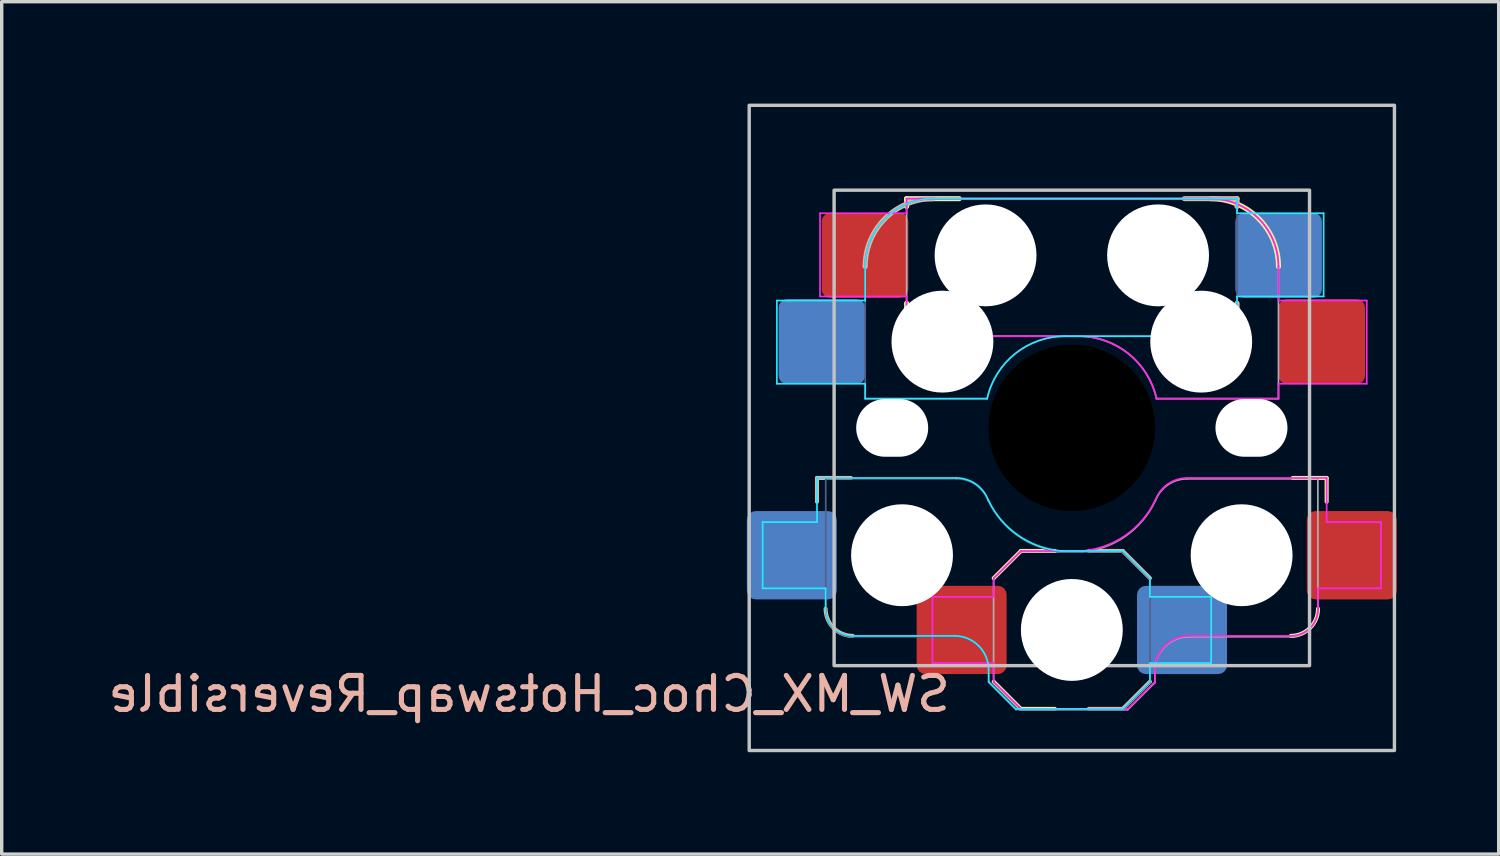
<source format=kicad_pcb>
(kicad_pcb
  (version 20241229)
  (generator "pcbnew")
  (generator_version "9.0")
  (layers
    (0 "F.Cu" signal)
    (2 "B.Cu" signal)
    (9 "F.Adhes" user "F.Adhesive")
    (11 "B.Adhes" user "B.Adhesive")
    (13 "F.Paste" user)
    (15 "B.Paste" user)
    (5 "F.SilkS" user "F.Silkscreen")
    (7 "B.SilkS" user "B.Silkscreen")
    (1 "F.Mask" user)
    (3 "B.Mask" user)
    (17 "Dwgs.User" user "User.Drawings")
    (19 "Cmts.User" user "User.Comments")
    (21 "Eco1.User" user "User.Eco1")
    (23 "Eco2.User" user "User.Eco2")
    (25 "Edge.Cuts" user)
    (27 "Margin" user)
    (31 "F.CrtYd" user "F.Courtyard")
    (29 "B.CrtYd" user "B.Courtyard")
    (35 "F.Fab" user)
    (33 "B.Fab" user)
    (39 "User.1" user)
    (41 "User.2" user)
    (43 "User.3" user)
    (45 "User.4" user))
  (footprint "SW_MX_Choc_Hotswap_Reversible"
    (layer "F.Cu")
    (at 28.512 9.55)
    (property "Reference" "SW_MX_Choc_Hotswap_Reversible" (at -3.5 7.25 0) (unlocked yes) (layer "B.SilkS") (effects (font (size 1 1) (thickness 0.15)) (justify left top mirror)))
    (fp_line (start -4.865 -6.75) (end -4.865 -6.52) (stroke (width 0.15) (type solid)) (layer "F.SilkS"))
    (fp_line (start -4.865 -3.67) (end -4.865 -3.2) (stroke (width 0.15) (type solid)) (layer "F.SilkS"))
    (fp_line (start -3.315 -6.75) (end -4.865 -6.75) (stroke (width 0.15) (type solid)) (layer "F.SilkS"))
    (fp_line (start -2.815 -2.7) (end -4.365 -2.7) (stroke (width 0.15) (type solid)) (layer "F.SilkS"))
    (fp_line (start -2.3 7.475) (end -1.5 8.275) (stroke (width 0.12) (type solid)) (layer "F.SilkS"))
    (fp_line (start -1.5 3.625) (end -2.3 4.425) (stroke (width 0.12) (type solid)) (layer "F.SilkS"))
    (fp_line (start -1.5 3.625) (end -0.5 3.625) (stroke (width 0.12) (type solid)) (layer "F.SilkS"))
    (fp_line (start -1.5 8.275) (end -0.5 8.275) (stroke (width 0.12) (type solid)) (layer "F.SilkS"))
    (fp_line (start 7.504 1.475) (end 6.504 1.475) (stroke (width 0.12) (type solid)) (layer "F.SilkS"))
    (fp_line (start 7.504 1.475) (end 7.504 2.175) (stroke (width 0.12) (type solid)) (layer "F.SilkS"))
    (fp_arc (start -4.364824 -2.70022) (mid -4.718396 -2.84665) (end -4.864824 -3.20022) (stroke (width 0.15) (type solid)) (layer "F.SilkS"))
    (fp_arc (start 4.085176 -6.75022) (mid 5.499375 -6.164419) (end 6.085176 -4.75022) (stroke (width 0.15) (type solid)) (layer "F.SilkS"))
    (fp_arc (start 7.25 5.325) (mid 7.015685 5.890685) (end 6.45 6.125) (stroke (width 0.12) (type solid)) (layer "F.SilkS"))
    (fp_line (start -7.504 1.475) (end -7.504 2.175) (stroke (width 0.12) (type solid)) (layer "B.SilkS"))
    (fp_line (start -7.504 1.475) (end -6.504 1.475) (stroke (width 0.12) (type solid)) (layer "B.SilkS"))
    (fp_line (start 1.5 3.625) (end 0.5 3.625) (stroke (width 0.12) (type solid)) (layer "B.SilkS"))
    (fp_line (start 1.5 3.625) (end 2.3 4.425) (stroke (width 0.12) (type solid)) (layer "B.SilkS"))
    (fp_line (start 1.5 8.275) (end 0.5 8.275) (stroke (width 0.12) (type solid)) (layer "B.SilkS"))
    (fp_line (start 2.3 7.475) (end 1.5 8.275) (stroke (width 0.12) (type solid)) (layer "B.SilkS"))
    (fp_line (start 2.815 -2.7) (end 4.365 -2.7) (stroke (width 0.15) (type solid)) (layer "B.SilkS"))
    (fp_line (start 3.315 -6.75) (end 4.865 -6.75) (stroke (width 0.15) (type solid)) (layer "B.SilkS"))
    (fp_line (start 4.865 -6.75) (end 4.865 -6.52) (stroke (width 0.15) (type solid)) (layer "B.SilkS"))
    (fp_line (start 4.865 -3.67) (end 4.865 -3.2) (stroke (width 0.15) (type solid)) (layer "B.SilkS"))
    (fp_arc (start -6.45 6.125) (mid -7.015685 5.890685) (end -7.25 5.325) (stroke (width 0.12) (type solid)) (layer "B.SilkS"))
    (fp_arc (start -6.085176 -4.75022) (mid -5.499381 -6.164412) (end -4.085176 -6.75022) (stroke (width 0.15) (type solid)) (layer "B.SilkS"))
    (fp_arc (start 4.864824 -3.20022) (mid 4.718386 -2.846645) (end 4.364824 -2.70022) (stroke (width 0.15) (type solid)) (layer "B.SilkS"))
    (fp_rect (start -9.5 -9.5) (end 9.5 9.5) (stroke (width 0.1) (type default)) (fill no) (layer "Dwgs.User"))
    (fp_rect (start -7 -7) (end 7 7) (stroke (width 0.1) (type solid)) (fill no) (layer "Dwgs.User"))
    (fp_line (start -9.104 2.775) (end -7.504 2.775) (stroke (width 0.05) (type solid)) (layer "B.CrtYd"))
    (fp_line (start -9.104 4.725) (end -9.104 2.775) (stroke (width 0.05) (type solid)) (layer "B.CrtYd"))
    (fp_line (start -8.685 -3.75) (end -8.685 -1.3) (stroke (width 0.05) (type solid)) (layer "B.CrtYd"))
    (fp_line (start -8.685 -1.3) (end -6.085 -1.3) (stroke (width 0.05) (type solid)) (layer "B.CrtYd"))
    (fp_line (start -7.504 1.475) (end -7.504 2.175) (stroke (width 0.05) (type solid)) (layer "B.CrtYd"))
    (fp_line (start -7.504 1.475) (end -3.4 1.475) (stroke (width 0.05) (type solid)) (layer "B.CrtYd"))
    (fp_line (start -7.504 2.175) (end -7.504 2.775) (stroke (width 0.05) (type solid)) (layer "B.CrtYd"))
    (fp_line (start -7.25 4.725) (end -9.104 4.725) (stroke (width 0.05) (type solid)) (layer "B.CrtYd"))
    (fp_line (start -7.25 5.325) (end -7.25 4.725) (stroke (width 0.05) (type solid)) (layer "B.CrtYd"))
    (fp_line (start -6.085 -3.75) (end -8.685 -3.75) (stroke (width 0.05) (type solid)) (layer "B.CrtYd"))
    (fp_line (start -6.085 -3.75) (end -6.085 -4.75) (stroke (width 0.05) (type solid)) (layer "B.CrtYd"))
    (fp_line (start -6.085 -1.3) (end -6.085 -0.86) (stroke (width 0.05) (type solid)) (layer "B.CrtYd"))
    (fp_line (start -6.085 -0.86) (end -2.494 -0.86) (stroke (width 0.05) (type solid)) (layer "B.CrtYd"))
    (fp_line (start -4.085 -6.75) (end 4.865 -6.75) (stroke (width 0.05) (type solid)) (layer "B.CrtYd"))
    (fp_line (start -3.45 6.125) (end -6.45 6.125) (stroke (width 0.05) (type solid)) (layer "B.CrtYd"))
    (fp_line (start -2.45 7.475) (end -2.45 7.125) (stroke (width 0.05) (type solid)) (layer "B.CrtYd"))
    (fp_line (start -2.45 7.475) (end -1.65 8.275) (stroke (width 0.05) (type solid)) (layer "B.CrtYd"))
    (fp_line (start 1.5 3.625) (end -0.3 3.625) (stroke (width 0.05) (type solid)) (layer "B.CrtYd"))
    (fp_line (start 1.5 3.625) (end 2.3 4.425) (stroke (width 0.05) (type solid)) (layer "B.CrtYd"))
    (fp_line (start 1.5 8.275) (end -1.65 8.275) (stroke (width 0.05) (type solid)) (layer "B.CrtYd"))
    (fp_line (start 2.3 4.975) (end 2.3 4.425) (stroke (width 0.05) (type solid)) (layer "B.CrtYd"))
    (fp_line (start 2.3 7.475) (end 1.5 8.275) (stroke (width 0.05) (type solid)) (layer "B.CrtYd"))
    (fp_line (start 2.3 7.475) (end 2.3 6.925) (stroke (width 0.05) (type solid)) (layer "B.CrtYd"))
    (fp_line (start 4.104 4.975) (end 2.3 4.975) (stroke (width 0.05) (type solid)) (layer "B.CrtYd"))
    (fp_line (start 4.104 4.975) (end 4.104 6.925) (stroke (width 0.05) (type solid)) (layer "B.CrtYd"))
    (fp_line (start 4.104 6.925) (end 2.3 6.925) (stroke (width 0.05) (type solid)) (layer "B.CrtYd"))
    (fp_line (start 4.865 -6.75) (end 4.865 -6.32) (stroke (width 0.05) (type solid)) (layer "B.CrtYd"))
    (fp_line (start 4.865 -3.87) (end 4.865 -2.7) (stroke (width 0.05) (type solid)) (layer "B.CrtYd"))
    (fp_line (start 4.865 -3.87) (end 7.415 -3.87) (stroke (width 0.05) (type solid)) (layer "B.CrtYd"))
    (fp_line (start 4.865 -2.7) (end -0.2 -2.7) (stroke (width 0.05) (type solid)) (layer "B.CrtYd"))
    (fp_line (start 7.415 -6.32) (end 4.865 -6.32) (stroke (width 0.05) (type solid)) (layer "B.CrtYd"))
    (fp_line (start 7.415 -3.87) (end 7.415 -6.32) (stroke (width 0.05) (type solid)) (layer "B.CrtYd"))
    (fp_arc (start -6.45 6.125) (mid -7.015685 5.890685) (end -7.25 5.325) (stroke (width 0.05) (type solid)) (layer "B.CrtYd"))
    (fp_arc (start -6.085176 -4.75022) (mid -5.49939 -6.164434) (end -4.085176 -6.75022) (stroke (width 0.05) (type solid)) (layer "B.CrtYd"))
    (fp_arc (start -3.45 6.125) (mid -2.742893 6.417893) (end -2.45 7.125) (stroke (width 0.05) (type solid)) (layer "B.CrtYd"))
    (fp_arc (start -3.4 1.475) (mid -2.826423 1.655848) (end -2.460307 2.13298) (stroke (width 0.05) (type solid)) (layer "B.CrtYd"))
    (fp_arc (start -2.494322 -0.86022) (mid -1.670503 -2.183402) (end -0.2 -2.70022) (stroke (width 0.05) (type solid)) (layer "B.CrtYd"))
    (fp_arc (start -0.299999 3.624999) (mid -1.577272 3.167235) (end -2.455444 2.13293) (stroke (width 0.05) (type solid)) (layer "B.CrtYd"))
    (fp_line (start -7.415 -6.32) (end -4.865 -6.32) (stroke (width 0.05) (type solid)) (layer "F.CrtYd"))
    (fp_line (start -7.415 -3.87) (end -7.415 -6.32) (stroke (width 0.05) (type solid)) (layer "F.CrtYd"))
    (fp_line (start -4.865 -6.75) (end -4.865 -6.32) (stroke (width 0.05) (type solid)) (layer "F.CrtYd"))
    (fp_line (start -4.865 -3.87) (end -7.415 -3.87) (stroke (width 0.05) (type solid)) (layer "F.CrtYd"))
    (fp_line (start -4.865 -3.87) (end -4.865 -2.7) (stroke (width 0.05) (type solid)) (layer "F.CrtYd"))
    (fp_line (start -4.865 -2.7) (end 0.2 -2.7) (stroke (width 0.05) (type solid)) (layer "F.CrtYd"))
    (fp_line (start -4.104 4.975) (end -4.104 6.925) (stroke (width 0.05) (type solid)) (layer "F.CrtYd"))
    (fp_line (start -4.104 4.975) (end -2.3 4.975) (stroke (width 0.05) (type solid)) (layer "F.CrtYd"))
    (fp_line (start -4.104 6.925) (end -2.3 6.925) (stroke (width 0.05) (type solid)) (layer "F.CrtYd"))
    (fp_line (start -2.3 4.975) (end -2.3 4.425) (stroke (width 0.05) (type solid)) (layer "F.CrtYd"))
    (fp_line (start -2.3 7.475) (end -2.3 6.925) (stroke (width 0.05) (type solid)) (layer "F.CrtYd"))
    (fp_line (start -2.3 7.475) (end -1.5 8.275) (stroke (width 0.05) (type solid)) (layer "F.CrtYd"))
    (fp_line (start -1.5 3.625) (end -2.3 4.425) (stroke (width 0.05) (type solid)) (layer "F.CrtYd"))
    (fp_line (start -1.5 3.625) (end 0.3 3.625) (stroke (width 0.05) (type solid)) (layer "F.CrtYd"))
    (fp_line (start -1.5 8.275) (end 1.65 8.275) (stroke (width 0.05) (type solid)) (layer "F.CrtYd"))
    (fp_line (start 2.45 7.475) (end 1.65 8.275) (stroke (width 0.05) (type solid)) (layer "F.CrtYd"))
    (fp_line (start 2.45 7.475) (end 2.45 7.125) (stroke (width 0.05) (type solid)) (layer "F.CrtYd"))
    (fp_line (start 3.45 6.125) (end 6.45 6.125) (stroke (width 0.05) (type solid)) (layer "F.CrtYd"))
    (fp_line (start 4.085 -6.75) (end -4.865 -6.75) (stroke (width 0.05) (type solid)) (layer "F.CrtYd"))
    (fp_line (start 6.085 -3.75) (end 6.085 -4.75) (stroke (width 0.05) (type solid)) (layer "F.CrtYd"))
    (fp_line (start 6.085 -3.75) (end 8.685 -3.75) (stroke (width 0.05) (type solid)) (layer "F.CrtYd"))
    (fp_line (start 6.085 -1.3) (end 6.085 -0.86) (stroke (width 0.05) (type solid)) (layer "F.CrtYd"))
    (fp_line (start 6.085 -0.86) (end 2.494 -0.86) (stroke (width 0.05) (type solid)) (layer "F.CrtYd"))
    (fp_line (start 7.25 4.725) (end 9.104 4.725) (stroke (width 0.05) (type solid)) (layer "F.CrtYd"))
    (fp_line (start 7.25 5.325) (end 7.25 4.725) (stroke (width 0.05) (type solid)) (layer "F.CrtYd"))
    (fp_line (start 7.504 1.475) (end 3.4 1.475) (stroke (width 0.05) (type solid)) (layer "F.CrtYd"))
    (fp_line (start 7.504 1.475) (end 7.504 2.175) (stroke (width 0.05) (type solid)) (layer "F.CrtYd"))
    (fp_line (start 7.504 2.175) (end 7.504 2.775) (stroke (width 0.05) (type solid)) (layer "F.CrtYd"))
    (fp_line (start 8.685 -3.75) (end 8.685 -1.3) (stroke (width 0.05) (type solid)) (layer "F.CrtYd"))
    (fp_line (start 8.685 -1.3) (end 6.085 -1.3) (stroke (width 0.05) (type solid)) (layer "F.CrtYd"))
    (fp_line (start 9.104 2.775) (end 7.504 2.775) (stroke (width 0.05) (type solid)) (layer "F.CrtYd"))
    (fp_line (start 9.104 4.725) (end 9.104 2.775) (stroke (width 0.05) (type solid)) (layer "F.CrtYd"))
    (fp_arc (start 0.2 -2.70022) (mid 1.670504 -2.183401) (end 2.494322 -0.86022) (stroke (width 0.05) (type solid)) (layer "F.CrtYd"))
    (fp_arc (start 2.45 7.125) (mid 2.742893 6.417893) (end 3.45 6.125) (stroke (width 0.05) (type solid)) (layer "F.CrtYd"))
    (fp_arc (start 2.455444 2.13293) (mid 1.577272 3.167235) (end 0.299999 3.624999) (stroke (width 0.05) (type solid)) (layer "F.CrtYd"))
    (fp_arc (start 2.460307 2.13298) (mid 2.826423 1.655848) (end 3.4 1.475) (stroke (width 0.05) (type solid)) (layer "F.CrtYd"))
    (fp_arc (start 4.085176 -6.75022) (mid 5.49939 -6.164434) (end 6.085176 -4.75022) (stroke (width 0.05) (type solid)) (layer "F.CrtYd"))
    (fp_arc (start 7.25 5.325) (mid 7.015685 5.890685) (end 6.45 6.125) (stroke (width 0.05) (type solid)) (layer "F.CrtYd"))
    (fp_line (start -7.246 1.5) (end -3.396 1.5) (stroke (width 0.05) (type solid)) (layer "B.Fab"))
    (fp_line (start -7.246 5.35) (end -7.246 1.5) (stroke (width 0.05) (type solid)) (layer "B.Fab"))
    (fp_line (start -6.085 -0.86) (end -6.085 -4.75) (stroke (width 0.05) (type solid)) (layer "B.Fab"))
    (fp_line (start -6.085 -0.86) (end -2.494 -0.86) (stroke (width 0.05) (type solid)) (layer "B.Fab"))
    (fp_line (start -4.085 -6.75) (end 4.865 -6.75) (stroke (width 0.05) (type solid)) (layer "B.Fab"))
    (fp_line (start -3.446 6.15) (end -6.446 6.15) (stroke (width 0.05) (type solid)) (layer "B.Fab"))
    (fp_line (start -2.446 7.5) (end -2.446 7.15) (stroke (width 0.05) (type solid)) (layer "B.Fab"))
    (fp_line (start -2.446 7.5) (end -1.646 8.3) (stroke (width 0.05) (type solid)) (layer "B.Fab"))
    (fp_line (start 1.504 3.65) (end -0.296 3.65) (stroke (width 0.05) (type solid)) (layer "B.Fab"))
    (fp_line (start 1.504 3.65) (end 2.304 4.45) (stroke (width 0.05) (type solid)) (layer "B.Fab"))
    (fp_line (start 1.504 8.3) (end -1.646 8.3) (stroke (width 0.05) (type solid)) (layer "B.Fab"))
    (fp_line (start 2.304 7.5) (end 1.504 8.3) (stroke (width 0.05) (type solid)) (layer "B.Fab"))
    (fp_line (start 2.304 7.5) (end 2.304 4.45) (stroke (width 0.05) (type solid)) (layer "B.Fab"))
    (fp_line (start 4.865 -6.75) (end 4.865 -2.7) (stroke (width 0.05) (type solid)) (layer "B.Fab"))
    (fp_line (start 4.865 -2.7) (end -0.2 -2.7) (stroke (width 0.05) (type solid)) (layer "B.Fab"))
    (fp_arc (start -6.446 6.15) (mid -7.011685 5.915685) (end -7.246 5.35) (stroke (width 0.05) (type solid)) (layer "B.Fab"))
    (fp_arc (start -6.085176 -4.75022) (mid -5.499381 -6.164412) (end -4.085176 -6.75022) (stroke (width 0.05) (type solid)) (layer "B.Fab"))
    (fp_arc (start -3.446 6.15) (mid -2.738893 6.442893) (end -2.446 7.15) (stroke (width 0.05) (type solid)) (layer "B.Fab"))
    (fp_arc (start -3.396 1.5) (mid -2.822423 1.680848) (end -2.456307 2.15798) (stroke (width 0.05) (type solid)) (layer "B.Fab"))
    (fp_arc (start -2.494322 -0.86022) (mid -1.670501 -2.183395) (end -0.2 -2.70022) (stroke (width 0.05) (type solid)) (layer "B.Fab"))
    (fp_arc (start -0.295999 3.649999) (mid -1.573272 3.192235) (end -2.451444 2.15793) (stroke (width 0.05) (type solid)) (layer "B.Fab"))
    (fp_line (start -4.865 -6.75) (end -4.865 -2.7) (stroke (width 0.05) (type solid)) (layer "F.Fab"))
    (fp_line (start -4.865 -2.7) (end 0.2 -2.7) (stroke (width 0.05) (type solid)) (layer "F.Fab"))
    (fp_line (start -2.304 7.5) (end -2.304 4.45) (stroke (width 0.05) (type solid)) (layer "F.Fab"))
    (fp_line (start -2.304 7.5) (end -1.504 8.3) (stroke (width 0.05) (type solid)) (layer "F.Fab"))
    (fp_line (start -1.504 3.65) (end -2.304 4.45) (stroke (width 0.05) (type solid)) (layer "F.Fab"))
    (fp_line (start -1.504 3.65) (end 0.296 3.65) (stroke (width 0.05) (type solid)) (layer "F.Fab"))
    (fp_line (start -1.504 8.3) (end 1.646 8.3) (stroke (width 0.05) (type solid)) (layer "F.Fab"))
    (fp_line (start 2.446 7.5) (end 1.646 8.3) (stroke (width 0.05) (type solid)) (layer "F.Fab"))
    (fp_line (start 2.446 7.5) (end 2.446 7.15) (stroke (width 0.05) (type solid)) (layer "F.Fab"))
    (fp_line (start 3.446 6.15) (end 6.446 6.15) (stroke (width 0.05) (type solid)) (layer "F.Fab"))
    (fp_line (start 4.085 -6.75) (end -4.865 -6.75) (stroke (width 0.05) (type solid)) (layer "F.Fab"))
    (fp_line (start 6.085 -0.86) (end 2.494 -0.86) (stroke (width 0.05) (type solid)) (layer "F.Fab"))
    (fp_line (start 6.085 -0.86) (end 6.085 -4.75) (stroke (width 0.05) (type solid)) (layer "F.Fab"))
    (fp_line (start 7.246 1.5) (end 3.396 1.5) (stroke (width 0.05) (type solid)) (layer "F.Fab"))
    (fp_line (start 7.246 5.35) (end 7.246 1.5) (stroke (width 0.05) (type solid)) (layer "F.Fab"))
    (fp_arc (start 0.2 -2.70022) (mid 1.6705 -2.183396) (end 2.494322 -0.86022) (stroke (width 0.05) (type solid)) (layer "F.Fab"))
    (fp_arc (start 2.446 7.15) (mid 2.738893 6.442893) (end 3.446 6.15) (stroke (width 0.05) (type solid)) (layer "F.Fab"))
    (fp_arc (start 2.451444 2.15793) (mid 1.573272 3.192235) (end 0.295999 3.649999) (stroke (width 0.05) (type solid)) (layer "F.Fab"))
    (fp_arc (start 2.456307 2.15798) (mid 2.822423 1.680848) (end 3.396 1.5) (stroke (width 0.05) (type solid)) (layer "F.Fab"))
    (fp_arc (start 4.085176 -6.75022) (mid 5.499375 -6.164419) (end 6.085176 -4.75022) (stroke (width 0.05) (type solid)) (layer "F.Fab"))
    (fp_arc (start 7.246 5.35) (mid 7.011685 5.915685) (end 6.446 6.15) (stroke (width 0.05) (type solid)) (layer "F.Fab"))
    (pad "" np_thru_hole oval (at -5.29 0 180) (size 2.12 1.7) (drill oval 2.12 1.7) (layers "*.Cu" "*.Mask"))
    (pad "" np_thru_hole circle (at -5 3.75) (size 3 3) (drill 3) (layers "*.Cu" "*.Mask"))
    (pad "" np_thru_hole circle (at -3.81 -2.54) (size 3 3) (drill 3) (layers "*.Cu" "*.Mask"))
    (pad "" np_thru_hole circle (at -2.54 -5.08) (size 3 3) (drill 3) (layers "*.Cu" "*.Mask"))
    (pad "" np_thru_hole circle (at 0 0 180) (size 4.9 4.9) (drill 4.9) (layers "*.Mask"))
    (pad "" np_thru_hole circle (at 0 5.95) (size 3 3) (drill 3) (layers "*.Cu" "*.Mask"))
    (pad "" np_thru_hole circle (at 2.54 -5.08) (size 3 3) (drill 3) (layers "*.Cu" "*.Mask"))
    (pad "" np_thru_hole circle (at 3.81 -2.54) (size 3 3) (drill 3) (layers "*.Cu" "*.Mask"))
    (pad "" np_thru_hole circle (at 5 3.75) (size 3 3) (drill 3) (layers "*.Cu" "*.Mask"))
    (pad "" np_thru_hole oval (at 5.29 0) (size 2.12 1.7) (drill oval 2.12 1.7) (layers "*.Cu" "*.Mask"))
    (pad "1" smd roundrect (at 3.245 5.95) (size 2.65 2.6) (layers "B.Cu" "B.Mask" "B.Paste") (roundrect_rratio 0.1))
    (pad "1" smd roundrect (at 6.09 -5.08) (size 2.55 2.5) (layers "B.Cu" "B.Mask" "B.Paste") (roundrect_rratio 0.1))
    (pad "1" smd roundrect (at 7.36 -2.54) (size 2.55 2.5) (layers "F.Cu" "F.Mask" "F.Paste") (roundrect_rratio 0.1))
    (pad "1" smd roundrect (at 8.245 3.75) (size 2.65 2.6) (layers "F.Cu" "F.Mask" "F.Paste") (roundrect_rratio 0.1))
    (pad "2" smd roundrect (at -8.245 3.75) (size 2.65 2.6) (layers "B.Cu" "B.Mask" "B.Paste") (roundrect_rratio 0.1))
    (pad "2" smd roundrect (at -7.36 -2.54) (size 2.55 2.5) (layers "B.Cu" "B.Mask" "B.Paste") (roundrect_rratio 0.1))
    (pad "2" smd roundrect (at -6.09 -5.08) (size 2.55 2.5) (layers "F.Cu" "F.Mask" "F.Paste") (roundrect_rratio 0.1))
    (pad "2" smd roundrect (at -3.245 5.95) (size 2.65 2.6) (layers "F.Cu" "F.Mask" "F.Paste") (roundrect_rratio 0.1)))
  (gr_rect
    (start -3 -3)
    (end 41.082 22.1)
    (stroke (width 0.1) (type default))
    (fill no)
    (layer "Edge.Cuts")))
</source>
